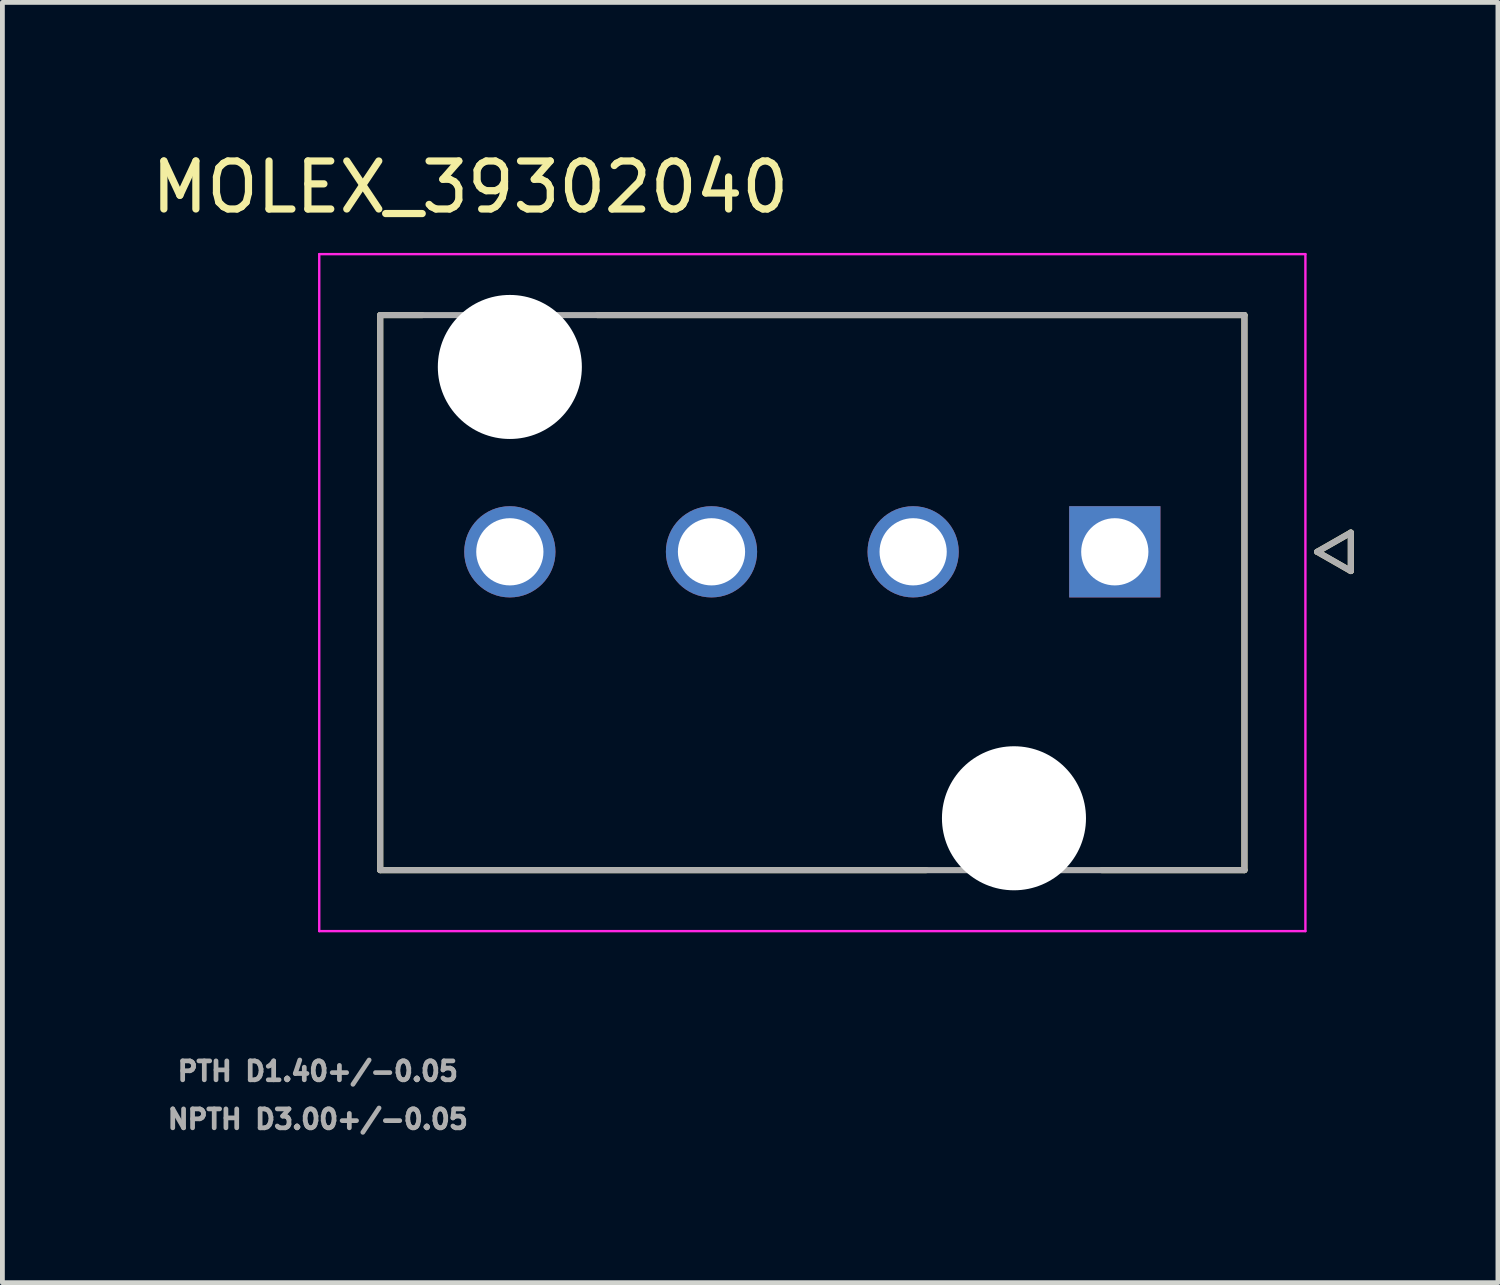
<source format=kicad_pcb>
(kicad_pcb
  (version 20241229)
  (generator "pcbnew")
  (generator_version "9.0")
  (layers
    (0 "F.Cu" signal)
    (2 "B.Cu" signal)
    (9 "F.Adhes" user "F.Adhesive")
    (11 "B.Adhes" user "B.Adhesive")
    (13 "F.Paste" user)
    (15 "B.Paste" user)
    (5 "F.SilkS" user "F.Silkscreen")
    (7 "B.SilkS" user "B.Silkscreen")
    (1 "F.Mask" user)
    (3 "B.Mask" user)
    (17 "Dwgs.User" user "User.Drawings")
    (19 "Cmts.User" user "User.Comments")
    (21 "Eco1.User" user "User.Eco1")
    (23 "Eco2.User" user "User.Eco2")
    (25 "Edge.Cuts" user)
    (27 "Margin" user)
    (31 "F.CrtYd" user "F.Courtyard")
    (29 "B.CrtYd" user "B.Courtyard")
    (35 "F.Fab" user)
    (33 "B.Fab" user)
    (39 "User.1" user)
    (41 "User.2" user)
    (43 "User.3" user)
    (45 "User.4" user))
  (footprint "MOLEX_39302040"
    (layer "F.Cu")
    (at 20.169 8.443)
    (property "Reference" "MOLEX_39302040" (at -13.425 -7.595 0) (layer "F.SilkS") (effects (font (size 1 1) (thickness 0.15))))
    (attr through_hole)
    (fp_circle (center -12.6 -3.85) (end -11.812 -3.85) (stroke (width 1.576) (type solid)) (fill no) (layer "F.Mask"))
    (fp_circle (center -12.6 0) (end -12.087 0) (stroke (width 1.026) (type solid)) (fill no) (layer "F.Mask"))
    (fp_circle (center -8.4 0) (end -7.887 0) (stroke (width 1.026) (type solid)) (fill no) (layer "F.Mask"))
    (fp_circle (center -4.2 0) (end -3.687 0) (stroke (width 1.026) (type solid)) (fill no) (layer "F.Mask"))
    (fp_circle (center -2.1 5.55) (end -1.312 5.55) (stroke (width 1.576) (type solid)) (fill no) (layer "F.Mask"))
    (fp_poly (pts (xy -1.026 -1.026) (xy 1.026 -1.026) (xy 1.026 1.026) (xy -1.026 1.026)) (stroke (width 0.01) (type solid)) (fill yes) (layer "F.Mask"))
    (fp_circle (center -12.6 -3.85) (end -11.812 -3.85) (stroke (width 1.576) (type solid)) (fill no) (layer "B.Mask"))
    (fp_circle (center -12.6 0) (end -12.087 0) (stroke (width 1.026) (type solid)) (fill no) (layer "B.Mask"))
    (fp_circle (center -8.4 0) (end -7.887 0) (stroke (width 1.026) (type solid)) (fill no) (layer "B.Mask"))
    (fp_circle (center -4.2 0) (end -3.687 0) (stroke (width 1.026) (type solid)) (fill no) (layer "B.Mask"))
    (fp_circle (center -2.1 5.55) (end -1.312 5.55) (stroke (width 1.576) (type solid)) (fill no) (layer "B.Mask"))
    (fp_poly (pts (xy -1.026 -1.026) (xy 1.026 -1.026) (xy 1.026 1.026) (xy -1.026 1.026)) (stroke (width 0.01) (type solid)) (fill yes) (layer "B.Mask"))
    (fp_line (start -15.3 -4.93) (end -14.426 -4.93) (stroke (width 0.127) (type solid)) (layer "F.SilkS"))
    (fp_line (start -15.3 6.63) (end -15.3 -4.93) (stroke (width 0.127) (type solid)) (layer "F.SilkS"))
    (fp_line (start -3.926 6.63) (end -15.3 6.63) (stroke (width 0.127) (type solid)) (layer "F.SilkS"))
    (fp_line (start 2.7 -4.93) (end -10.774 -4.93) (stroke (width 0.127) (type solid)) (layer "F.SilkS"))
    (fp_line (start 2.7 -4.93) (end 2.7 6.63) (stroke (width 0.127) (type solid)) (layer "F.SilkS"))
    (fp_line (start 2.7 6.63) (end -0.274 6.63) (stroke (width 0.127) (type solid)) (layer "F.SilkS"))
    (fp_line (start 4.216 0) (end 4.916 0.4) (stroke (width 0.127) (type solid)) (layer "F.SilkS"))
    (fp_line (start 4.916 -0.4) (end 4.216 0) (stroke (width 0.127) (type solid)) (layer "F.SilkS"))
    (fp_line (start 4.916 0.4) (end 4.916 -0.4) (stroke (width 0.127) (type solid)) (layer "F.SilkS"))
    (fp_line (start -16.57 -6.2) (end 3.97 -6.2) (stroke (width 0.05) (type solid)) (layer "F.CrtYd"))
    (fp_line (start -16.57 7.9) (end -16.57 -6.2) (stroke (width 0.05) (type solid)) (layer "F.CrtYd"))
    (fp_line (start 3.97 -6.2) (end 3.97 7.9) (stroke (width 0.05) (type solid)) (layer "F.CrtYd"))
    (fp_line (start 3.97 7.9) (end -16.57 7.9) (stroke (width 0.05) (type solid)) (layer "F.CrtYd"))
    (fp_line (start -15.3 -4.93) (end 2.7 -4.93) (stroke (width 0.127) (type solid)) (layer "F.Fab"))
    (fp_line (start -15.3 6.63) (end -15.3 -4.93) (stroke (width 0.127) (type solid)) (layer "F.Fab"))
    (fp_line (start 2.7 -4.93) (end 2.7 6.63) (stroke (width 0.127) (type solid)) (layer "F.Fab"))
    (fp_line (start 2.7 6.63) (end -15.3 6.63) (stroke (width 0.127) (type solid)) (layer "F.Fab"))
    (fp_line (start 4.216 0) (end 4.916 0.4) (stroke (width 0.127) (type solid)) (layer "F.Fab"))
    (fp_line (start 4.916 -0.4) (end 4.216 0) (stroke (width 0.127) (type solid)) (layer "F.Fab"))
    (fp_line (start 4.916 0.4) (end 4.916 -0.4) (stroke (width 0.127) (type solid)) (layer "F.Fab"))
    (fp_text user "NPTH D3.00+/-0.05" (at -16.6 11.82 0) (layer "F.Fab") (effects (font (size 0.394 0.394) (thickness 0.15))))
    (fp_text user "PTH D1.40+/-0.05" (at -16.6 10.82 0) (layer "F.Fab") (effects (font (size 0.394 0.394) (thickness 0.15))))
    (pad "" np_thru_hole circle (at -12.6 -3.85) (size 3 3) (drill 3) (layers "*.Cu" "*.Mask"))
    (pad "" np_thru_hole circle (at -2.1 5.55) (size 3 3) (drill 3) (layers "*.Cu" "*.Mask"))
    (pad "1" thru_hole rect (at 0 0) (size 1.9 1.9) (drill 1.4) (layers "*.Cu"))
    (pad "2" thru_hole circle (at -4.2 0) (size 1.9 1.9) (drill 1.4) (layers "*.Cu"))
    (pad "3" thru_hole circle (at -8.4 0) (size 1.9 1.9) (drill 1.4) (layers "*.Cu"))
    (pad "4" thru_hole circle (at -12.6 0) (size 1.9 1.9) (drill 1.4) (layers "*.Cu")))
  (gr_rect
    (start -3 -3)
    (end 28.149 23.666)
    (stroke (width 0.1) (type default))
    (fill no)
    (layer "Edge.Cuts")))
</source>
